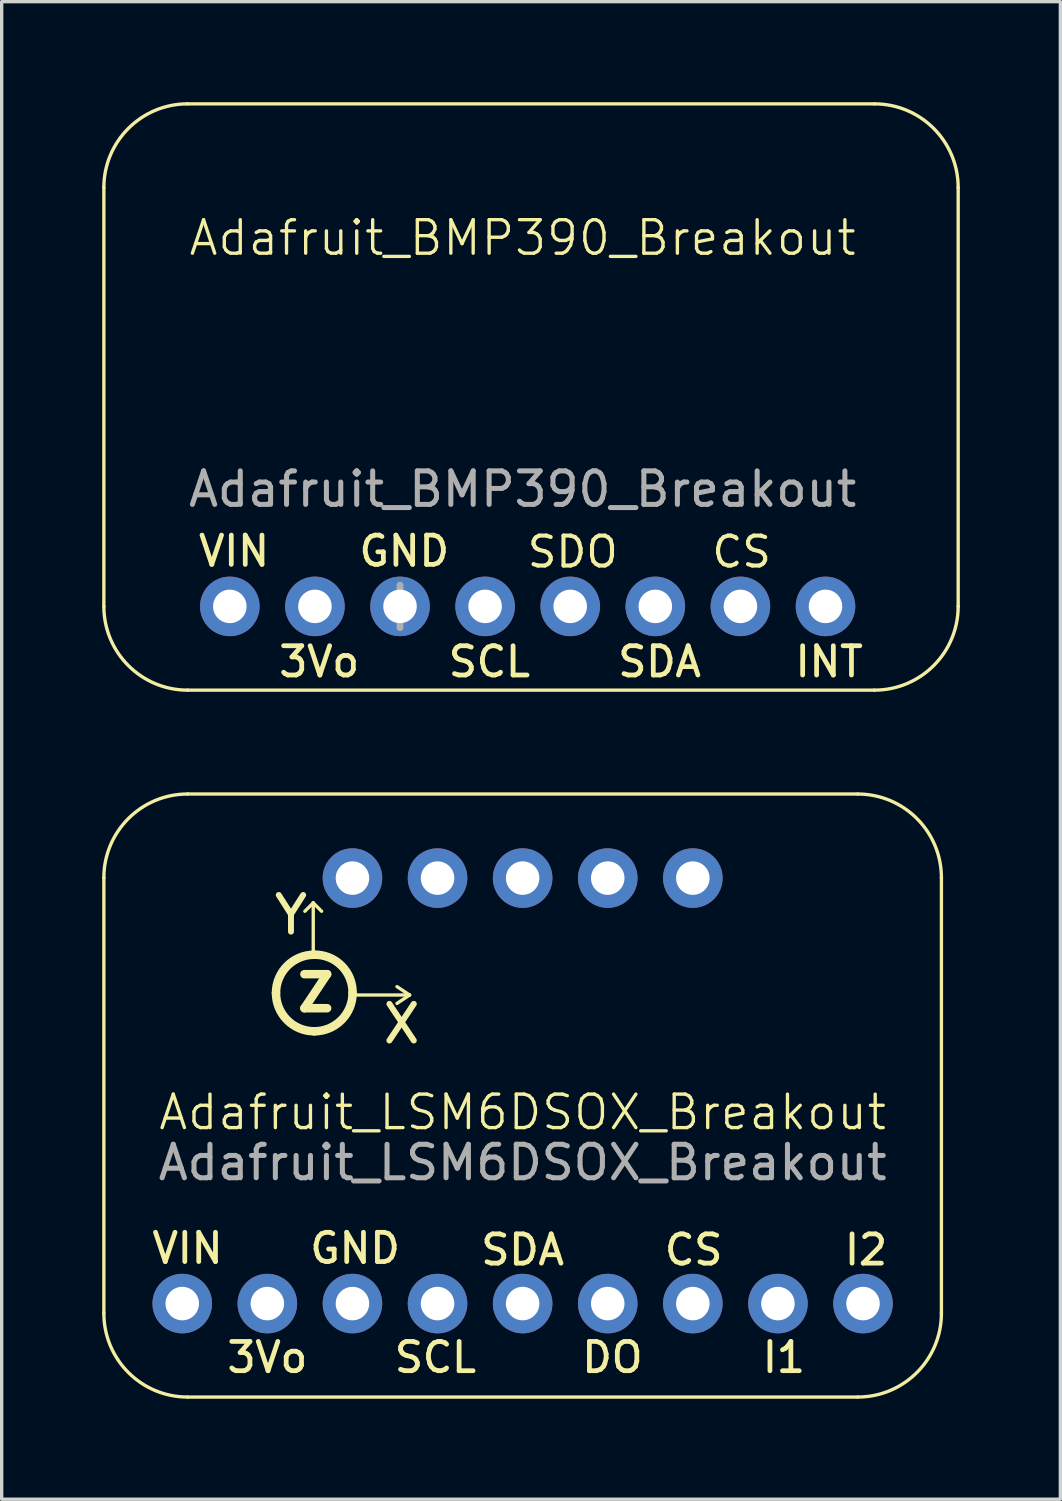
<source format=kicad_pcb>
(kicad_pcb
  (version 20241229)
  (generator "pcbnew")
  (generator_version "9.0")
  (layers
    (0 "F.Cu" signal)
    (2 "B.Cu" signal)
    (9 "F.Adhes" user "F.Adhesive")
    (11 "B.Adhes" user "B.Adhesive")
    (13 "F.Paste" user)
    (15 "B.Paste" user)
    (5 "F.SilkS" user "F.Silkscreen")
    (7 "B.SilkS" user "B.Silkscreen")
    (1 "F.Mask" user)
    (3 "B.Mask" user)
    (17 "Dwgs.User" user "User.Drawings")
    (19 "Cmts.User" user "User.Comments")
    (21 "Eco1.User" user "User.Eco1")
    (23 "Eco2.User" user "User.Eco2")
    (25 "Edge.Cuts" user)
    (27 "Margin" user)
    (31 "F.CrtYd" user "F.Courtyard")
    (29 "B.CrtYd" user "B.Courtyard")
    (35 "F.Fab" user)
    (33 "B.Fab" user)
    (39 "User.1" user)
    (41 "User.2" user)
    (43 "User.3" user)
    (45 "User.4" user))
  (footprint "Adafruit_BMP390_Breakout"
    (layer "F.Cu")
    (at 12.55 9.05)
    (property "Reference" "Adafruit_BMP390_Breakout" (at 0 -5 0) (unlocked yes) (layer "F.SilkS") (effects (font (size 1 1) (thickness 0.1))))
    (attr through_hole)
    (fp_line (start -12.5 -6.5) (end -12.5 6) (stroke (width 0.1) (type default)) (layer "F.SilkS"))
    (fp_line (start -10 -9) (end 10.5 -9) (stroke (width 0.1) (type default)) (layer "F.SilkS"))
    (fp_line (start 10.5 8.5) (end -10 8.5) (stroke (width 0.1) (type default)) (layer "F.SilkS"))
    (fp_line (start 13 -6.5) (end 13 6) (stroke (width 0.1) (type default)) (layer "F.SilkS"))
    (fp_arc (start -12.5 -6.5) (mid -11.767767 -8.267767) (end -10 -9) (stroke (width 0.1) (type default)) (layer "F.SilkS"))
    (fp_arc (start -10 8.5) (mid -11.767767 7.767767) (end -12.5 6) (stroke (width 0.1) (type default)) (layer "F.SilkS"))
    (fp_arc (start 10.5 -9) (mid 12.267767 -8.267767) (end 13 -6.5) (stroke (width 0.1) (type default)) (layer "F.SilkS"))
    (fp_arc (start 13 6) (mid 12.267767 7.767767) (end 10.5 8.5) (stroke (width 0.1) (type default)) (layer "F.SilkS"))
    (fp_line (start -3.66 5.365) (end -3.66 6.635) (stroke (width 0.203) (type solid)) (layer "F.Fab"))
    (fp_text user "INT" (at 9.149 7.651 0) (unlocked yes) (layer "F.SilkS") (effects (font (size 0.874 0.874) (thickness 0.142))))
    (fp_text user "CS" (at 5.583 4.896 0) (unlocked yes) (layer "F.SilkS") (effects (font (size 0.894 0.894) (thickness 0.122)) (justify left bottom)))
    (fp_text user "3Vo" (at -6.073 7.651 0) (unlocked yes) (layer "F.SilkS") (effects (font (size 0.874 0.874) (thickness 0.142))))
    (fp_text user "VIN" (at -8.613 4.349 0) (unlocked yes) (layer "F.SilkS") (effects (font (size 0.874 0.874) (thickness 0.142))))
    (fp_text user "GND" (at -3.533 4.349 0) (unlocked yes) (layer "F.SilkS") (effects (font (size 0.874 0.874) (thickness 0.142))))
    (fp_text user "SDO" (at 0.075 4.896 0) (unlocked yes) (layer "F.SilkS") (effects (font (size 0.894 0.894) (thickness 0.122)) (justify left bottom)))
    (fp_text user "SCL" (at -0.993 7.651 0) (unlocked yes) (layer "F.SilkS") (effects (font (size 0.874 0.874) (thickness 0.142))))
    (fp_text user "SDA" (at 4.087 7.651 0) (unlocked yes) (layer "F.SilkS") (effects (font (size 0.874 0.874) (thickness 0.142))))
    (fp_text user "${REFERENCE}" (at 0 2.5 0) (unlocked yes) (layer "F.Fab") (effects (font (size 1 1) (thickness 0.15))))
    (pad "1" thru_hole circle (at -8.74 6 90) (size 1.778 1.778) (drill 1) (layers "*.Cu" "*.Mask"))
    (pad "2" thru_hole circle (at -6.2 6 90) (size 1.778 1.778) (drill 1) (layers "*.Cu" "*.Mask"))
    (pad "3" thru_hole circle (at -3.66 6 90) (size 1.778 1.778) (drill 1) (layers "*.Cu" "*.Mask"))
    (pad "4" thru_hole circle (at -1.12 6 90) (size 1.778 1.778) (drill 1) (layers "*.Cu" "*.Mask"))
    (pad "5" thru_hole circle (at 1.42 6 90) (size 1.778 1.778) (drill 1) (layers "*.Cu" "*.Mask"))
    (pad "6" thru_hole circle (at 3.96 6 90) (size 1.778 1.778) (drill 1) (layers "*.Cu" "*.Mask"))
    (pad "7" thru_hole circle (at 6.5 6 90) (size 1.778 1.778) (drill 1) (layers "*.Cu" "*.Mask"))
    (pad "8" thru_hole circle (at 9.04 6 90) (size 1.778 1.778) (drill 1) (layers "*.Cu" "*.Mask")))
  (footprint "Adafruit_LSM6DSOX_Breakout"
    (layer "F.Cu")
    (at 12.55 29.15)
    (property "Reference" "Adafruit_LSM6DSOX_Breakout" (at 0 1 0) (unlocked yes) (layer "F.SilkS") (effects (font (size 1 1) (thickness 0.1))))
    (attr through_hole)
    (fp_line (start -12.5 7) (end -12.5 -6) (stroke (width 0.1) (type default)) (layer "F.SilkS"))
    (fp_line (start -10 -8.5) (end 10 -8.5) (stroke (width 0.1) (type default)) (layer "F.SilkS"))
    (fp_line (start -6.25 -5.25) (end -6.5 -5) (stroke (width 0.1) (type default)) (layer "F.SilkS"))
    (fp_line (start -6.25 -5.25) (end -6.25 -3.75) (stroke (width 0.1) (type default)) (layer "F.SilkS"))
    (fp_line (start -6.25 -5.25) (end -6 -5) (stroke (width 0.1) (type default)) (layer "F.SilkS"))
    (fp_line (start -3.375 -2.5) (end -5.125 -2.5) (stroke (width 0.1) (type default)) (layer "F.SilkS"))
    (fp_line (start -3.375 -2.5) (end -3.75 -2.75) (stroke (width 0.1) (type default)) (layer "F.SilkS"))
    (fp_line (start -3.375 -2.5) (end -3.75 -2.25) (stroke (width 0.1) (type default)) (layer "F.SilkS"))
    (fp_line (start 10 9.5) (end -10 9.5) (stroke (width 0.1) (type default)) (layer "F.SilkS"))
    (fp_line (start 12.5 -6) (end 12.5 7) (stroke (width 0.1) (type default)) (layer "F.SilkS"))
    (fp_arc (start -12.5 -6) (mid -11.767767 -7.767767) (end -10 -8.5) (stroke (width 0.1) (type default)) (layer "F.SilkS"))
    (fp_arc (start -10 9.5) (mid -11.767767 8.767767) (end -12.5 7) (stroke (width 0.1) (type default)) (layer "F.SilkS"))
    (fp_arc (start -7.362 -2.56) (mid -7.027223 -3.368223) (end -6.219 -3.703) (stroke (width 0.254) (type solid)) (layer "F.SilkS"))
    (fp_arc (start -6.219 -3.703) (mid -5.404912 -3.374086) (end -5.076 -2.559998) (stroke (width 0.254) (type solid)) (layer "F.SilkS"))
    (fp_arc (start -6.219 -1.417) (mid -7.027223 -1.751777) (end -7.362 -2.56) (stroke (width 0.254) (type solid)) (layer "F.SilkS"))
    (fp_arc (start -5.076 -2.56) (mid -5.410777 -1.751777) (end -6.219 -1.417) (stroke (width 0.254) (type solid)) (layer "F.SilkS"))
    (fp_arc (start 10 -8.5) (mid 11.767767 -7.767767) (end 12.5 -6) (stroke (width 0.1) (type default)) (layer "F.SilkS"))
    (fp_arc (start 12.5 7) (mid 11.767767 8.767767) (end 10 9.5) (stroke (width 0.1) (type default)) (layer "F.SilkS"))
    (fp_text user "3Vo" (at -7.62 8.317 0) (unlocked yes) (layer "F.SilkS") (effects (font (size 0.874 0.874) (thickness 0.142))))
    (fp_text user "X" (at -4.25 -1 0) (unlocked yes) (layer "F.SilkS") (effects (font (size 1.092 1.092) (thickness 0.178)) (justify left bottom)))
    (fp_text user "DO" (at 2.68 8.317 0) (unlocked yes) (layer "F.SilkS") (effects (font (size 0.874 0.874) (thickness 0.142))))
    (fp_text user "VIN" (at -10.001 5.059 0) (unlocked yes) (layer "F.SilkS") (effects (font (size 0.874 0.874) (thickness 0.142))))
    (fp_text user "CS" (at 5.105 5.106 0) (unlocked yes) (layer "F.SilkS") (effects (font (size 0.874 0.874) (thickness 0.142))))
    (fp_text user "SDA" (at -0.001 5.106 0) (unlocked yes) (layer "F.SilkS") (effects (font (size 0.874 0.874) (thickness 0.142))))
    (fp_text user "GND" (at -5.001 5.059 0) (unlocked yes) (layer "F.SilkS") (effects (font (size 0.874 0.874) (thickness 0.142))))
    (fp_text user "I2" (at 10.249 5.106 0) (unlocked yes) (layer "F.SilkS") (effects (font (size 0.874 0.874) (thickness 0.142))))
    (fp_text user "Z" (at -6.826 -1.969 0) (unlocked yes) (layer "F.SilkS") (effects (font (size 1.016 1.016) (thickness 0.254)) (justify left bottom)))
    (fp_text user "I1" (at 7.798 8.317 0) (unlocked yes) (layer "F.SilkS") (effects (font (size 0.874 0.874) (thickness 0.142))))
    (fp_text user "Y" (at -7.5 -4.25 0) (unlocked yes) (layer "F.SilkS") (effects (font (size 1.092 1.092) (thickness 0.178)) (justify left bottom)))
    (fp_text user "SCL" (at -2.603 8.317 0) (unlocked yes) (layer "F.SilkS") (effects (font (size 0.874 0.874) (thickness 0.142))))
    (fp_text user "${REFERENCE}" (at 0 2.5 0) (unlocked yes) (layer "F.Fab") (effects (font (size 1 1) (thickness 0.15))))
    (pad "1" thru_hole circle (at -10.16 6.71 90) (size 1.778 1.778) (drill 1) (layers "*.Cu" "*.Mask"))
    (pad "2" thru_hole circle (at -7.62 6.71 90) (size 1.778 1.778) (drill 1) (layers "*.Cu" "*.Mask"))
    (pad "3" thru_hole circle (at -5.08 6.71 90) (size 1.778 1.778) (drill 1) (layers "*.Cu" "*.Mask"))
    (pad "3" thru_hole circle (at 5.08 -5.99 270) (size 1.778 1.778) (drill 1) (layers "*.Cu" "*.Mask"))
    (pad "4" thru_hole circle (at -2.54 6.71 90) (size 1.778 1.778) (drill 1) (layers "*.Cu" "*.Mask"))
    (pad "5" thru_hole circle (at 0 6.71 90) (size 1.778 1.778) (drill 1) (layers "*.Cu" "*.Mask"))
    (pad "6" thru_hole circle (at 2.54 6.71 90) (size 1.778 1.778) (drill 1) (layers "*.Cu" "*.Mask"))
    (pad "7" thru_hole circle (at 5.08 6.71 90) (size 1.778 1.778) (drill 1) (layers "*.Cu" "*.Mask"))
    (pad "8" thru_hole circle (at 7.62 6.71 90) (size 1.778 1.778) (drill 1) (layers "*.Cu" "*.Mask"))
    (pad "9" thru_hole circle (at 10.16 6.71 90) (size 1.778 1.778) (drill 1) (layers "*.Cu" "*.Mask"))
    (pad "10" thru_hole circle (at 2.54 -5.99 270) (size 1.778 1.778) (drill 1) (layers "*.Cu" "*.Mask"))
    (pad "11" thru_hole circle (at 0 -5.99 270) (size 1.778 1.778) (drill 1) (layers "*.Cu" "*.Mask"))
    (pad "12" thru_hole circle (at -2.54 -5.99 270) (size 1.778 1.778) (drill 1) (layers "*.Cu" "*.Mask"))
    (pad "13" thru_hole circle (at -5.08 -5.99 270) (size 1.778 1.778) (drill 1) (layers "*.Cu" "*.Mask")))
  (gr_rect
    (start -3 -3)
    (end 28.6 41.7)
    (stroke (width 0.1) (type default))
    (fill no)
    (layer "Edge.Cuts")))
</source>
